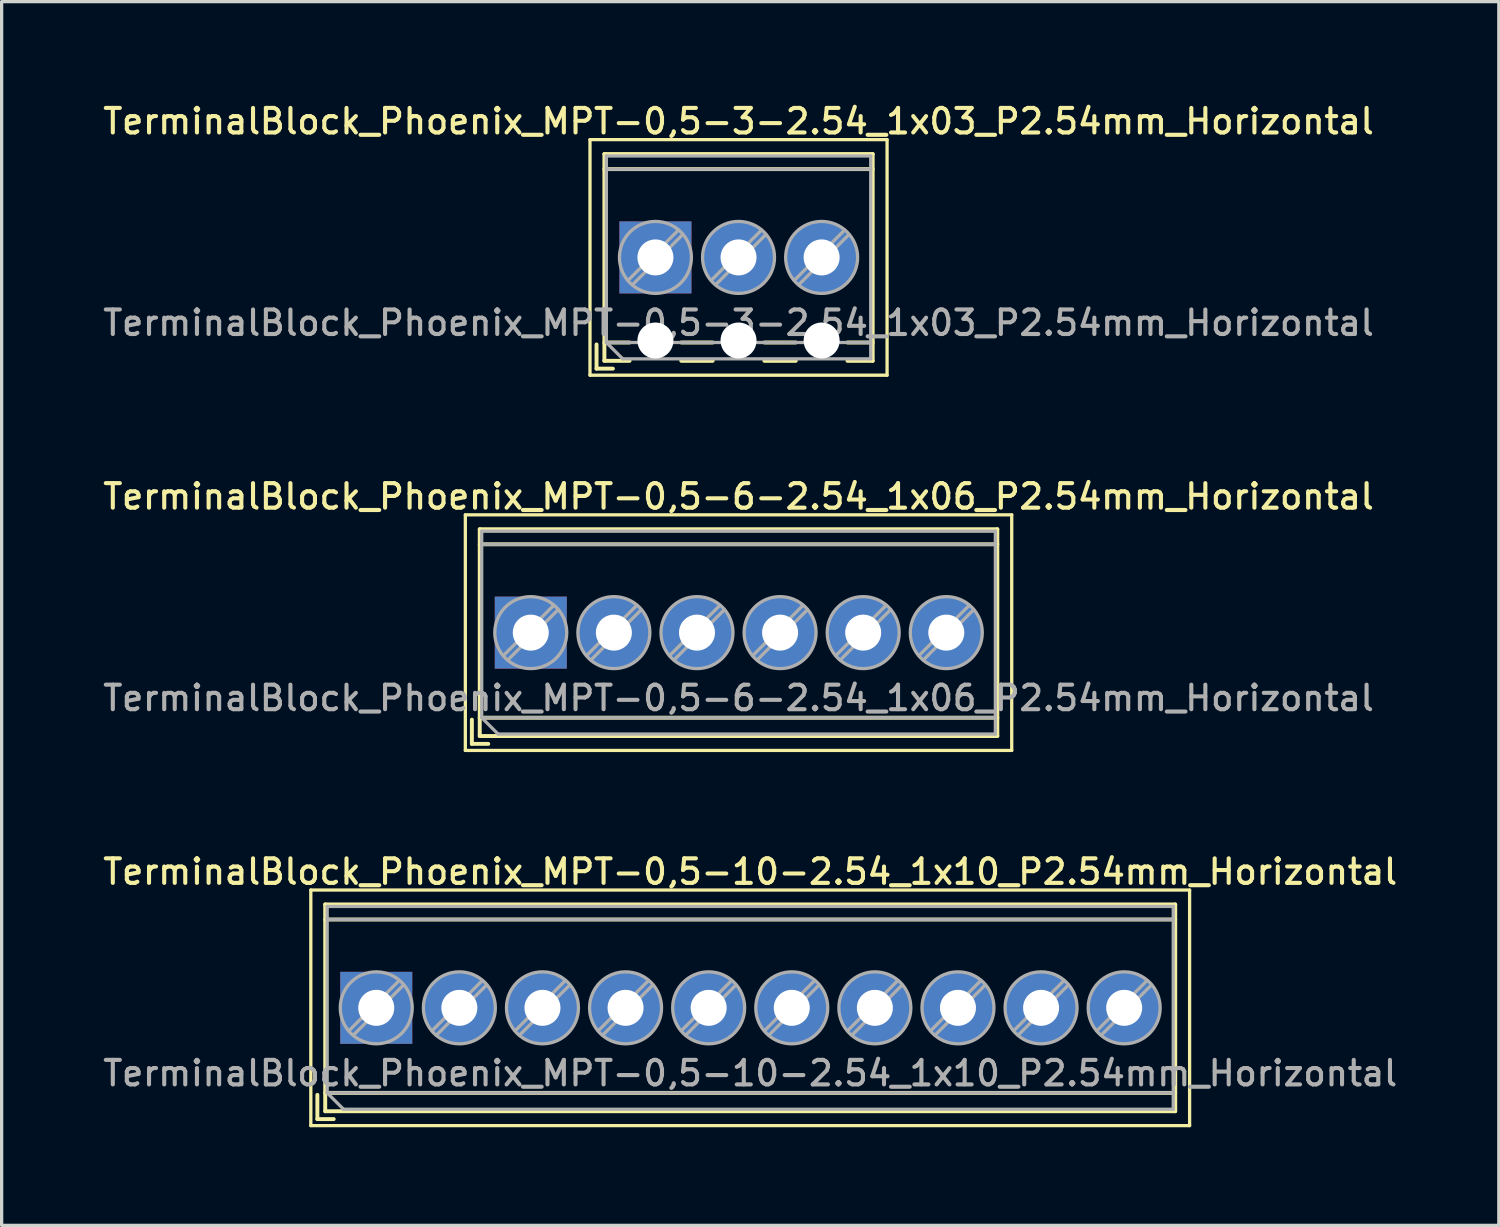
<source format=kicad_pcb>
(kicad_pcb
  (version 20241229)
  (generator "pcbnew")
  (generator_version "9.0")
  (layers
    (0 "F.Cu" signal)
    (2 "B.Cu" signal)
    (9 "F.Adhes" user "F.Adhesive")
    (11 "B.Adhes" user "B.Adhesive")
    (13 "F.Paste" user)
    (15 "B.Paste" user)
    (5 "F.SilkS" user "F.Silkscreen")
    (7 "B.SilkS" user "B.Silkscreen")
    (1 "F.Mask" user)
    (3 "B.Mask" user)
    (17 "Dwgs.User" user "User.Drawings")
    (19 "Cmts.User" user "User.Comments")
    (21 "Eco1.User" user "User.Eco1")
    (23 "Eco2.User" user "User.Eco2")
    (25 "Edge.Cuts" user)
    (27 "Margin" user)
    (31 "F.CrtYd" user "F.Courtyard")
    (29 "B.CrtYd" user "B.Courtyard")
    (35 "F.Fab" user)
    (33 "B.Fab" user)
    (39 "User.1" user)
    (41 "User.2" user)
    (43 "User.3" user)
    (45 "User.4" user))
  (footprint "TerminalBlock_Phoenix_MPT-0,5-6-2.54_1x06_P2.54mm_Horizontal"
    (layer "F.Cu")
    (at 13.173 16.286)
    (property "Reference" "TerminalBlock_Phoenix_MPT-0,5-6-2.54_1x06_P2.54mm_Horizontal" (at 6.35 -4.16 0) (layer "F.SilkS") (effects (font (size 0.75 0.75) (thickness 0.125))))
    (attr through_hole)
    (fp_line (start -2 -3.6) (end -2 3.6) (stroke (width 0.1) (type solid)) (layer "F.SilkS"))
    (fp_line (start -2 3.6) (end 14.7 3.6) (stroke (width 0.1) (type solid)) (layer "F.SilkS"))
    (fp_line (start -1.8 2.66) (end -1.8 3.4) (stroke (width 0.12) (type solid)) (layer "F.SilkS"))
    (fp_line (start -1.8 3.4) (end -1.3 3.4) (stroke (width 0.12) (type solid)) (layer "F.SilkS"))
    (fp_line (start -1.56 -3.16) (end -1.56 3.16) (stroke (width 0.12) (type solid)) (layer "F.SilkS"))
    (fp_line (start -1.56 -3.16) (end 14.26 -3.16) (stroke (width 0.12) (type solid)) (layer "F.SilkS"))
    (fp_line (start -1.56 -2.7) (end 14.26 -2.7) (stroke (width 0.12) (type solid)) (layer "F.SilkS"))
    (fp_line (start -1.56 2.6) (end 14.26 2.6) (stroke (width 0.12) (type solid)) (layer "F.SilkS"))
    (fp_line (start -1.56 3.16) (end 14.26 3.16) (stroke (width 0.12) (type solid)) (layer "F.SilkS"))
    (fp_line (start 14.26 -3.16) (end 14.26 3.16) (stroke (width 0.12) (type solid)) (layer "F.SilkS"))
    (fp_line (start 14.7 -3.6) (end -2 -3.6) (stroke (width 0.1) (type solid)) (layer "F.SilkS"))
    (fp_line (start 14.7 3.6) (end 14.7 -3.6) (stroke (width 0.1) (type solid)) (layer "F.SilkS"))
    (fp_line (start -1.5 -3.1) (end 14.2 -3.1) (stroke (width 0.1) (type solid)) (layer "F.Fab"))
    (fp_line (start -1.5 -2.7) (end 14.2 -2.7) (stroke (width 0.1) (type solid)) (layer "F.Fab"))
    (fp_line (start -1.5 2.6) (end -1.5 -3.1) (stroke (width 0.1) (type solid)) (layer "F.Fab"))
    (fp_line (start -1.5 2.6) (end 14.2 2.6) (stroke (width 0.1) (type solid)) (layer "F.Fab"))
    (fp_line (start -1 3.1) (end -1.5 2.6) (stroke (width 0.1) (type solid)) (layer "F.Fab"))
    (fp_line (start 0.701 -0.835) (end -0.835 0.7) (stroke (width 0.1) (type solid)) (layer "F.Fab"))
    (fp_line (start 0.835 -0.7) (end -0.701 0.835) (stroke (width 0.1) (type solid)) (layer "F.Fab"))
    (fp_line (start 3.241 -0.835) (end 1.706 0.7) (stroke (width 0.1) (type solid)) (layer "F.Fab"))
    (fp_line (start 3.375 -0.7) (end 1.84 0.835) (stroke (width 0.1) (type solid)) (layer "F.Fab"))
    (fp_line (start 5.781 -0.835) (end 4.246 0.7) (stroke (width 0.1) (type solid)) (layer "F.Fab"))
    (fp_line (start 5.915 -0.7) (end 4.38 0.835) (stroke (width 0.1) (type solid)) (layer "F.Fab"))
    (fp_line (start 8.321 -0.835) (end 6.786 0.7) (stroke (width 0.1) (type solid)) (layer "F.Fab"))
    (fp_line (start 8.455 -0.7) (end 6.92 0.835) (stroke (width 0.1) (type solid)) (layer "F.Fab"))
    (fp_line (start 10.861 -0.835) (end 9.326 0.7) (stroke (width 0.1) (type solid)) (layer "F.Fab"))
    (fp_line (start 10.995 -0.7) (end 9.46 0.835) (stroke (width 0.1) (type solid)) (layer "F.Fab"))
    (fp_line (start 13.401 -0.835) (end 11.866 0.7) (stroke (width 0.1) (type solid)) (layer "F.Fab"))
    (fp_line (start 13.535 -0.7) (end 12 0.835) (stroke (width 0.1) (type solid)) (layer "F.Fab"))
    (fp_line (start 14.2 -3.1) (end 14.2 3.1) (stroke (width 0.1) (type solid)) (layer "F.Fab"))
    (fp_line (start 14.2 3.1) (end -1 3.1) (stroke (width 0.1) (type solid)) (layer "F.Fab"))
    (fp_circle (center 0 0) (end 1.1 0) (stroke (width 0.1) (type solid)) (fill no) (layer "F.Fab"))
    (fp_circle (center 2.54 0) (end 3.64 0) (stroke (width 0.1) (type solid)) (fill no) (layer "F.Fab"))
    (fp_circle (center 5.08 0) (end 6.18 0) (stroke (width 0.1) (type solid)) (fill no) (layer "F.Fab"))
    (fp_circle (center 7.62 0) (end 8.72 0) (stroke (width 0.1) (type solid)) (fill no) (layer "F.Fab"))
    (fp_circle (center 10.16 0) (end 11.26 0) (stroke (width 0.1) (type solid)) (fill no) (layer "F.Fab"))
    (fp_circle (center 12.7 0) (end 13.8 0) (stroke (width 0.1) (type solid)) (fill no) (layer "F.Fab"))
    (fp_text user "${REFERENCE}" (at 6.35 2 0) (layer "F.Fab") (effects (font (size 0.75 0.75) (thickness 0.125))))
    (pad "1" thru_hole rect (at 0 0) (size 2.2 2.2) (drill 1.1) (layers "*.Cu" "*.Mask"))
    (pad "2" thru_hole circle (at 2.54 0) (size 2.2 2.2) (drill 1.1) (layers "*.Cu" "*.Mask"))
    (pad "3" thru_hole circle (at 5.08 0) (size 2.2 2.2) (drill 1.1) (layers "*.Cu" "*.Mask"))
    (pad "4" thru_hole circle (at 7.62 0) (size 2.2 2.2) (drill 1.1) (layers "*.Cu" "*.Mask"))
    (pad "5" thru_hole circle (at 10.16 0) (size 2.2 2.2) (drill 1.1) (layers "*.Cu" "*.Mask"))
    (pad "6" thru_hole circle (at 12.7 0) (size 2.2 2.2) (drill 1.1) (layers "*.Cu" "*.Mask")))
  (footprint "TerminalBlock_Phoenix_MPT-0,5-3-2.54_1x03_P2.54mm_Horizontal"
    (layer "F.Cu")
    (at 16.983 4.818)
    (property "Reference" "TerminalBlock_Phoenix_MPT-0,5-3-2.54_1x03_P2.54mm_Horizontal" (at 2.54 -4.16 0) (layer "F.SilkS") (effects (font (size 0.75 0.75) (thickness 0.125))))
    (attr through_hole)
    (fp_line (start -2 -3.6) (end -2 3.6) (stroke (width 0.1) (type solid)) (layer "F.SilkS"))
    (fp_line (start -2 3.6) (end 7.08 3.6) (stroke (width 0.1) (type solid)) (layer "F.SilkS"))
    (fp_line (start -1.8 2.66) (end -1.8 3.4) (stroke (width 0.12) (type solid)) (layer "F.SilkS"))
    (fp_line (start -1.8 3.4) (end -1.3 3.4) (stroke (width 0.12) (type solid)) (layer "F.SilkS"))
    (fp_line (start -1.56 -3.16) (end -1.56 3.16) (stroke (width 0.12) (type solid)) (layer "F.SilkS"))
    (fp_line (start -1.56 -3.16) (end 6.64 -3.16) (stroke (width 0.12) (type solid)) (layer "F.SilkS"))
    (fp_line (start -1.56 -2.7) (end 6.64 -2.7) (stroke (width 0.12) (type solid)) (layer "F.SilkS"))
    (fp_line (start -1.56 2.6) (end -0.79 2.6) (stroke (width 0.12) (type solid)) (layer "F.SilkS"))
    (fp_line (start -1.56 3.16) (end -0.79 3.16) (stroke (width 0.12) (type solid)) (layer "F.SilkS"))
    (fp_line (start 0.79 2.6) (end 1.75 2.6) (stroke (width 0.12) (type solid)) (layer "F.SilkS"))
    (fp_line (start 0.79 3.16) (end 1.75 3.16) (stroke (width 0.12) (type solid)) (layer "F.SilkS"))
    (fp_line (start 3.33 2.6) (end 4.29 2.6) (stroke (width 0.12) (type solid)) (layer "F.SilkS"))
    (fp_line (start 3.33 3.16) (end 4.29 3.16) (stroke (width 0.12) (type solid)) (layer "F.SilkS"))
    (fp_line (start 5.87 2.6) (end 6.64 2.6) (stroke (width 0.12) (type solid)) (layer "F.SilkS"))
    (fp_line (start 5.87 3.16) (end 6.64 3.16) (stroke (width 0.12) (type solid)) (layer "F.SilkS"))
    (fp_line (start 6.64 -3.16) (end 6.64 3.16) (stroke (width 0.12) (type solid)) (layer "F.SilkS"))
    (fp_line (start 7.08 -3.6) (end -2 -3.6) (stroke (width 0.1) (type solid)) (layer "F.SilkS"))
    (fp_line (start 7.08 3.6) (end 7.08 -3.6) (stroke (width 0.1) (type solid)) (layer "F.SilkS"))
    (fp_line (start -1.5 -3.1) (end 6.58 -3.1) (stroke (width 0.1) (type solid)) (layer "F.Fab"))
    (fp_line (start -1.5 -2.7) (end 6.58 -2.7) (stroke (width 0.1) (type solid)) (layer "F.Fab"))
    (fp_line (start -1.5 2.6) (end -1.5 -3.1) (stroke (width 0.1) (type solid)) (layer "F.Fab"))
    (fp_line (start -1.5 2.6) (end 6.58 2.6) (stroke (width 0.1) (type solid)) (layer "F.Fab"))
    (fp_line (start -1 3.1) (end -1.5 2.6) (stroke (width 0.1) (type solid)) (layer "F.Fab"))
    (fp_line (start 0.701 -0.835) (end -0.835 0.7) (stroke (width 0.1) (type solid)) (layer "F.Fab"))
    (fp_line (start 0.835 -0.7) (end -0.701 0.835) (stroke (width 0.1) (type solid)) (layer "F.Fab"))
    (fp_line (start 3.241 -0.835) (end 1.706 0.7) (stroke (width 0.1) (type solid)) (layer "F.Fab"))
    (fp_line (start 3.375 -0.7) (end 1.84 0.835) (stroke (width 0.1) (type solid)) (layer "F.Fab"))
    (fp_line (start 5.781 -0.835) (end 4.246 0.7) (stroke (width 0.1) (type solid)) (layer "F.Fab"))
    (fp_line (start 5.915 -0.7) (end 4.38 0.835) (stroke (width 0.1) (type solid)) (layer "F.Fab"))
    (fp_line (start 6.58 -3.1) (end 6.58 3.1) (stroke (width 0.1) (type solid)) (layer "F.Fab"))
    (fp_line (start 6.58 3.1) (end -1 3.1) (stroke (width 0.1) (type solid)) (layer "F.Fab"))
    (fp_circle (center 0 0) (end 1.1 0) (stroke (width 0.1) (type solid)) (fill no) (layer "F.Fab"))
    (fp_circle (center 2.54 0) (end 3.64 0) (stroke (width 0.1) (type solid)) (fill no) (layer "F.Fab"))
    (fp_circle (center 5.08 0) (end 6.18 0) (stroke (width 0.1) (type solid)) (fill no) (layer "F.Fab"))
    (fp_text user "${REFERENCE}" (at 2.54 2 0) (layer "F.Fab") (effects (font (size 0.75 0.75) (thickness 0.125))))
    (pad "" np_thru_hole circle (at 0 2.54) (size 1.1 1.1) (drill 1.1) (layers "*.Cu" "*.Mask"))
    (pad "" np_thru_hole circle (at 2.54 2.54) (size 1.1 1.1) (drill 1.1) (layers "*.Cu" "*.Mask"))
    (pad "" np_thru_hole circle (at 5.08 2.54) (size 1.1 1.1) (drill 1.1) (layers "*.Cu" "*.Mask"))
    (pad "1" thru_hole rect (at 0 0) (size 2.2 2.2) (drill 1.1) (layers "*.Cu" "*.Mask"))
    (pad "2" thru_hole circle (at 2.54 0) (size 2.2 2.2) (drill 1.1) (layers "*.Cu" "*.Mask"))
    (pad "3" thru_hole circle (at 5.08 0) (size 2.2 2.2) (drill 1.1) (layers "*.Cu" "*.Mask")))
  (footprint "TerminalBlock_Phoenix_MPT-0,5-10-2.54_1x10_P2.54mm_Horizontal"
    (layer "F.Cu")
    (at 8.45 27.754)
    (property "Reference" "TerminalBlock_Phoenix_MPT-0,5-10-2.54_1x10_P2.54mm_Horizontal" (at 11.43 -4.16 0) (layer "F.SilkS") (effects (font (size 0.75 0.75) (thickness 0.125))))
    (attr through_hole)
    (fp_line (start -2 -3.6) (end -2 3.6) (stroke (width 0.1) (type solid)) (layer "F.SilkS"))
    (fp_line (start -2 3.6) (end 24.86 3.6) (stroke (width 0.1) (type solid)) (layer "F.SilkS"))
    (fp_line (start -1.8 2.66) (end -1.8 3.4) (stroke (width 0.12) (type solid)) (layer "F.SilkS"))
    (fp_line (start -1.8 3.4) (end -1.3 3.4) (stroke (width 0.12) (type solid)) (layer "F.SilkS"))
    (fp_line (start -1.56 -3.16) (end -1.56 3.16) (stroke (width 0.12) (type solid)) (layer "F.SilkS"))
    (fp_line (start -1.56 -3.16) (end 24.42 -3.16) (stroke (width 0.12) (type solid)) (layer "F.SilkS"))
    (fp_line (start -1.56 -2.7) (end 24.42 -2.7) (stroke (width 0.12) (type solid)) (layer "F.SilkS"))
    (fp_line (start -1.56 2.6) (end 24.42 2.6) (stroke (width 0.12) (type solid)) (layer "F.SilkS"))
    (fp_line (start -1.56 3.16) (end 24.42 3.16) (stroke (width 0.12) (type solid)) (layer "F.SilkS"))
    (fp_line (start 24.42 -3.16) (end 24.42 3.16) (stroke (width 0.12) (type solid)) (layer "F.SilkS"))
    (fp_line (start 24.86 -3.6) (end -2 -3.6) (stroke (width 0.1) (type solid)) (layer "F.SilkS"))
    (fp_line (start 24.86 3.6) (end 24.86 -3.6) (stroke (width 0.1) (type solid)) (layer "F.SilkS"))
    (fp_line (start -1.5 -3.1) (end 24.36 -3.1) (stroke (width 0.1) (type solid)) (layer "F.Fab"))
    (fp_line (start -1.5 -2.7) (end 24.36 -2.7) (stroke (width 0.1) (type solid)) (layer "F.Fab"))
    (fp_line (start -1.5 2.6) (end -1.5 -3.1) (stroke (width 0.1) (type solid)) (layer "F.Fab"))
    (fp_line (start -1.5 2.6) (end 24.36 2.6) (stroke (width 0.1) (type solid)) (layer "F.Fab"))
    (fp_line (start -1 3.1) (end -1.5 2.6) (stroke (width 0.1) (type solid)) (layer "F.Fab"))
    (fp_line (start 0.701 -0.835) (end -0.835 0.7) (stroke (width 0.1) (type solid)) (layer "F.Fab"))
    (fp_line (start 0.835 -0.7) (end -0.701 0.835) (stroke (width 0.1) (type solid)) (layer "F.Fab"))
    (fp_line (start 3.241 -0.835) (end 1.706 0.7) (stroke (width 0.1) (type solid)) (layer "F.Fab"))
    (fp_line (start 3.375 -0.7) (end 1.84 0.835) (stroke (width 0.1) (type solid)) (layer "F.Fab"))
    (fp_line (start 5.781 -0.835) (end 4.246 0.7) (stroke (width 0.1) (type solid)) (layer "F.Fab"))
    (fp_line (start 5.915 -0.7) (end 4.38 0.835) (stroke (width 0.1) (type solid)) (layer "F.Fab"))
    (fp_line (start 8.321 -0.835) (end 6.786 0.7) (stroke (width 0.1) (type solid)) (layer "F.Fab"))
    (fp_line (start 8.455 -0.7) (end 6.92 0.835) (stroke (width 0.1) (type solid)) (layer "F.Fab"))
    (fp_line (start 10.861 -0.835) (end 9.326 0.7) (stroke (width 0.1) (type solid)) (layer "F.Fab"))
    (fp_line (start 10.995 -0.7) (end 9.46 0.835) (stroke (width 0.1) (type solid)) (layer "F.Fab"))
    (fp_line (start 13.401 -0.835) (end 11.866 0.7) (stroke (width 0.1) (type solid)) (layer "F.Fab"))
    (fp_line (start 13.535 -0.7) (end 12 0.835) (stroke (width 0.1) (type solid)) (layer "F.Fab"))
    (fp_line (start 15.941 -0.835) (end 14.406 0.7) (stroke (width 0.1) (type solid)) (layer "F.Fab"))
    (fp_line (start 16.075 -0.7) (end 14.54 0.835) (stroke (width 0.1) (type solid)) (layer "F.Fab"))
    (fp_line (start 18.481 -0.835) (end 16.946 0.7) (stroke (width 0.1) (type solid)) (layer "F.Fab"))
    (fp_line (start 18.615 -0.7) (end 17.08 0.835) (stroke (width 0.1) (type solid)) (layer "F.Fab"))
    (fp_line (start 21.021 -0.835) (end 19.486 0.7) (stroke (width 0.1) (type solid)) (layer "F.Fab"))
    (fp_line (start 21.155 -0.7) (end 19.62 0.835) (stroke (width 0.1) (type solid)) (layer "F.Fab"))
    (fp_line (start 23.561 -0.835) (end 22.026 0.7) (stroke (width 0.1) (type solid)) (layer "F.Fab"))
    (fp_line (start 23.695 -0.7) (end 22.16 0.835) (stroke (width 0.1) (type solid)) (layer "F.Fab"))
    (fp_line (start 24.36 -3.1) (end 24.36 3.1) (stroke (width 0.1) (type solid)) (layer "F.Fab"))
    (fp_line (start 24.36 3.1) (end -1 3.1) (stroke (width 0.1) (type solid)) (layer "F.Fab"))
    (fp_circle (center 0 0) (end 1.1 0) (stroke (width 0.1) (type solid)) (fill no) (layer "F.Fab"))
    (fp_circle (center 2.54 0) (end 3.64 0) (stroke (width 0.1) (type solid)) (fill no) (layer "F.Fab"))
    (fp_circle (center 5.08 0) (end 6.18 0) (stroke (width 0.1) (type solid)) (fill no) (layer "F.Fab"))
    (fp_circle (center 7.62 0) (end 8.72 0) (stroke (width 0.1) (type solid)) (fill no) (layer "F.Fab"))
    (fp_circle (center 10.16 0) (end 11.26 0) (stroke (width 0.1) (type solid)) (fill no) (layer "F.Fab"))
    (fp_circle (center 12.7 0) (end 13.8 0) (stroke (width 0.1) (type solid)) (fill no) (layer "F.Fab"))
    (fp_circle (center 15.24 0) (end 16.34 0) (stroke (width 0.1) (type solid)) (fill no) (layer "F.Fab"))
    (fp_circle (center 17.78 0) (end 18.88 0) (stroke (width 0.1) (type solid)) (fill no) (layer "F.Fab"))
    (fp_circle (center 20.32 0) (end 21.42 0) (stroke (width 0.1) (type solid)) (fill no) (layer "F.Fab"))
    (fp_circle (center 22.86 0) (end 23.96 0) (stroke (width 0.1) (type solid)) (fill no) (layer "F.Fab"))
    (fp_text user "${REFERENCE}" (at 11.43 2 0) (layer "F.Fab") (effects (font (size 0.75 0.75) (thickness 0.125))))
    (pad "1" thru_hole rect (at 0 0) (size 2.2 2.2) (drill 1.1) (layers "*.Cu" "*.Mask"))
    (pad "2" thru_hole circle (at 2.54 0) (size 2.2 2.2) (drill 1.1) (layers "*.Cu" "*.Mask"))
    (pad "3" thru_hole circle (at 5.08 0) (size 2.2 2.2) (drill 1.1) (layers "*.Cu" "*.Mask"))
    (pad "4" thru_hole circle (at 7.62 0) (size 2.2 2.2) (drill 1.1) (layers "*.Cu" "*.Mask"))
    (pad "5" thru_hole circle (at 10.16 0) (size 2.2 2.2) (drill 1.1) (layers "*.Cu" "*.Mask"))
    (pad "6" thru_hole circle (at 12.7 0) (size 2.2 2.2) (drill 1.1) (layers "*.Cu" "*.Mask"))
    (pad "7" thru_hole circle (at 15.24 0) (size 2.2 2.2) (drill 1.1) (layers "*.Cu" "*.Mask"))
    (pad "8" thru_hole circle (at 17.78 0) (size 2.2 2.2) (drill 1.1) (layers "*.Cu" "*.Mask"))
    (pad "9" thru_hole circle (at 20.32 0) (size 2.2 2.2) (drill 1.1) (layers "*.Cu" "*.Mask"))
    (pad "10" thru_hole circle (at 22.86 0) (size 2.2 2.2) (drill 1.1) (layers "*.Cu" "*.Mask")))
  (gr_rect
    (start -3 -3)
    (end 42.761 34.404)
    (stroke (width 0.1) (type default))
    (fill no)
    (layer "Edge.Cuts")))
</source>
